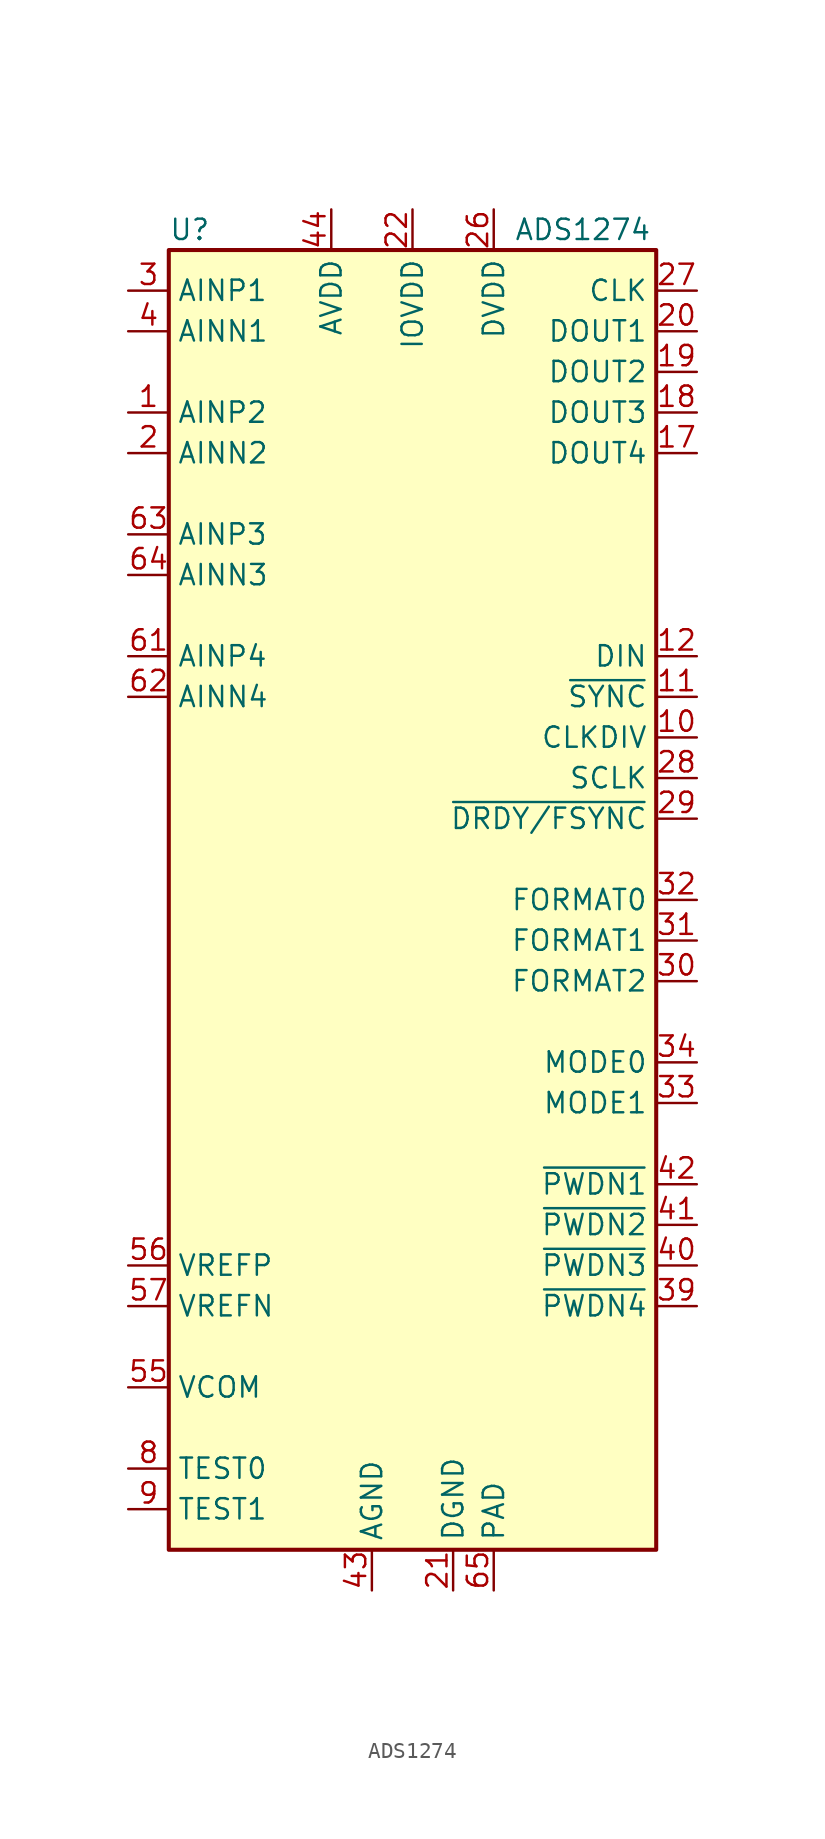
<source format=kicad_sym>
(kicad_symbol_lib
  (version 20241209)
  (generator "kicad_symbol_editor")
  (generator_version "9.0")
  (symbol "ADS1274"
    (property "Reference" "U"
      (at -15.24 41.91 0)
      (effects (font (size 1.27 1.27)) (justify left)))
    (property "Value" "ADS1274"
      (at 6.35 41.91 0)
      (effects (font (size 1.27 1.27)) (justify left)))
    (symbol "ADS1274_0_1"
      (rectangle (start -15.24 40.64) (end 15.24 -40.64) (stroke (width 0.254) (type default)) (fill (type background))))
    (symbol "ADS1274_1_1"
      (pin input line (at -17.78 38.1 0) (length 2.54) (name "AINP1" (effects (font (size 1.27 1.27)))) (number "3" (effects (font (size 1.27 1.27)))))
      (pin input line (at -17.78 35.56 0) (length 2.54) (name "AINN1" (effects (font (size 1.27 1.27)))) (number "4" (effects (font (size 1.27 1.27)))))
      (pin input line (at -17.78 30.48 0) (length 2.54) (name "AINP2" (effects (font (size 1.27 1.27)))) (number "1" (effects (font (size 1.27 1.27)))))
      (pin input line (at -17.78 27.94 0) (length 2.54) (name "AINN2" (effects (font (size 1.27 1.27)))) (number "2" (effects (font (size 1.27 1.27)))))
      (pin input line (at -17.78 22.86 0) (length 2.54) (name "AINP3" (effects (font (size 1.27 1.27)))) (number "63" (effects (font (size 1.27 1.27)))))
      (pin input line (at -17.78 20.32 0) (length 2.54) (name "AINN3" (effects (font (size 1.27 1.27)))) (number "64" (effects (font (size 1.27 1.27)))))
      (pin input line (at -17.78 15.24 0) (length 2.54) (name "AINP4" (effects (font (size 1.27 1.27)))) (number "61" (effects (font (size 1.27 1.27)))))
      (pin input line (at -17.78 12.7 0) (length 2.54) (name "AINN4" (effects (font (size 1.27 1.27)))) (number "62" (effects (font (size 1.27 1.27)))))
      (pin passive line (at -17.78 -22.86 0) (length 2.54) (name "VREFP" (effects (font (size 1.27 1.27)))) (number "56" (effects (font (size 1.27 1.27)))))
      (pin passive line (at -17.78 -25.4 0) (length 2.54) (name "VREFN" (effects (font (size 1.27 1.27)))) (number "57" (effects (font (size 1.27 1.27)))))
      (pin output line (at -17.78 -30.48 0) (length 2.54) (name "VCOM" (effects (font (size 1.27 1.27)))) (number "55" (effects (font (size 1.27 1.27)))))
      (pin input line (at -17.78 -35.56 0) (length 2.54) (name "TEST0" (effects (font (size 1.27 1.27)))) (number "8" (effects (font (size 1.27 1.27)))))
      (pin input line (at -17.78 -38.1 0) (length 2.54) (name "TEST1" (effects (font (size 1.27 1.27)))) (number "9" (effects (font (size 1.27 1.27)))))
      (pin no_connect line (at -15.24 7.62 0) (length 2.54) (hide yes) (name "AINP5" (effects (font (size 1.27 1.27)))) (number "51" (effects (font (size 1.27 1.27)))))
      (pin no_connect line (at -15.24 5.08 0) (length 2.54) (hide yes) (name "AINN5" (effects (font (size 1.27 1.27)))) (number "52" (effects (font (size 1.27 1.27)))))
      (pin no_connect line (at -15.24 0 0) (length 2.54) (hide yes) (name "AINP6" (effects (font (size 1.27 1.27)))) (number "49" (effects (font (size 1.27 1.27)))))
      (pin no_connect line (at -15.24 -2.54 0) (length 2.54) (hide yes) (name "AINN6" (effects (font (size 1.27 1.27)))) (number "50" (effects (font (size 1.27 1.27)))))
      (pin no_connect line (at -15.24 -7.62 0) (length 2.54) (hide yes) (name "AINP7" (effects (font (size 1.27 1.27)))) (number "47" (effects (font (size 1.27 1.27)))))
      (pin no_connect line (at -15.24 -10.16 0) (length 2.54) (hide yes) (name "AINN7" (effects (font (size 1.27 1.27)))) (number "48" (effects (font (size 1.27 1.27)))))
      (pin no_connect line (at -15.24 -15.24 0) (length 2.54) (hide yes) (name "AINP8" (effects (font (size 1.27 1.27)))) (number "45" (effects (font (size 1.27 1.27)))))
      (pin no_connect line (at -15.24 -17.78 0) (length 2.54) (hide yes) (name "AINN8" (effects (font (size 1.27 1.27)))) (number "46" (effects (font (size 1.27 1.27)))))
      (pin power_in line (at -5.08 43.18 270) (length 2.54) (name "AVDD" (effects (font (size 1.27 1.27)))) (number "44" (effects (font (size 1.27 1.27)))))
      (pin passive line (at -5.08 43.18 270) (length 2.54) (hide yes) (name "AVDD" (effects (font (size 1.27 1.27)))) (number "5" (effects (font (size 1.27 1.27)))))
      (pin passive line (at -5.08 43.18 270) (length 2.54) (hide yes) (name "AVDD" (effects (font (size 1.27 1.27)))) (number "53" (effects (font (size 1.27 1.27)))))
      (pin passive line (at -5.08 43.18 270) (length 2.54) (hide yes) (name "AVDD" (effects (font (size 1.27 1.27)))) (number "60" (effects (font (size 1.27 1.27)))))
      (pin power_in line (at -2.54 -43.18 90) (length 2.54) (name "AGND" (effects (font (size 1.27 1.27)))) (number "43" (effects (font (size 1.27 1.27)))))
      (pin passive line (at -2.54 -43.18 90) (length 2.54) (hide yes) (name "AGND" (effects (font (size 1.27 1.27)))) (number "54" (effects (font (size 1.27 1.27)))))
      (pin passive line (at -2.54 -43.18 90) (length 2.54) (hide yes) (name "AGND" (effects (font (size 1.27 1.27)))) (number "58" (effects (font (size 1.27 1.27)))))
      (pin passive line (at -2.54 -43.18 90) (length 2.54) (hide yes) (name "AGND" (effects (font (size 1.27 1.27)))) (number "59" (effects (font (size 1.27 1.27)))))
      (pin passive line (at -2.54 -43.18 90) (length 2.54) (hide yes) (name "AGND" (effects (font (size 1.27 1.27)))) (number "6" (effects (font (size 1.27 1.27)))))
      (pin power_in line (at 0 43.18 270) (length 2.54) (name "IOVDD" (effects (font (size 1.27 1.27)))) (number "22" (effects (font (size 1.27 1.27)))))
      (pin passive line (at 0 43.18 270) (length 2.54) (hide yes) (name "IOVDD" (effects (font (size 1.27 1.27)))) (number "23" (effects (font (size 1.27 1.27)))))
      (pin power_in line (at 2.54 -43.18 90) (length 2.54) (name "DGND" (effects (font (size 1.27 1.27)))) (number "21" (effects (font (size 1.27 1.27)))))
      (pin passive line (at 2.54 -43.18 90) (length 2.54) (hide yes) (name "DGND" (effects (font (size 1.27 1.27)))) (number "24" (effects (font (size 1.27 1.27)))))
      (pin passive line (at 2.54 -43.18 90) (length 2.54) (hide yes) (name "DGND" (effects (font (size 1.27 1.27)))) (number "25" (effects (font (size 1.27 1.27)))))
      (pin passive line (at 2.54 -43.18 90) (length 2.54) (hide yes) (name "GND" (effects (font (size 1.27 1.27)))) (number "35" (effects (font (size 1.27 1.27)))))
      (pin passive line (at 2.54 -43.18 90) (length 2.54) (hide yes) (name "GND" (effects (font (size 1.27 1.27)))) (number "36" (effects (font (size 1.27 1.27)))))
      (pin passive line (at 2.54 -43.18 90) (length 2.54) (hide yes) (name "GND" (effects (font (size 1.27 1.27)))) (number "37" (effects (font (size 1.27 1.27)))))
      (pin passive line (at 2.54 -43.18 90) (length 2.54) (hide yes) (name "GND" (effects (font (size 1.27 1.27)))) (number "38" (effects (font (size 1.27 1.27)))))
      (pin passive line (at 2.54 -43.18 90) (length 2.54) (hide yes) (name "DGND" (effects (font (size 1.27 1.27)))) (number "7" (effects (font (size 1.27 1.27)))))
      (pin power_in line (at 5.08 43.18 270) (length 2.54) (name "DVDD" (effects (font (size 1.27 1.27)))) (number "26" (effects (font (size 1.27 1.27)))))
      (pin passive line (at 5.08 -43.18 90) (length 2.54) (name "PAD" (effects (font (size 1.27 1.27)))) (number "65" (effects (font (size 1.27 1.27)))))
      (pin no_connect line (at 15.24 25.4 180) (length 2.54) (hide yes) (name "DOUT5" (effects (font (size 1.27 1.27)))) (number "16" (effects (font (size 1.27 1.27)))))
      (pin no_connect line (at 15.24 22.86 180) (length 2.54) (hide yes) (name "DOUT6" (effects (font (size 1.27 1.27)))) (number "15" (effects (font (size 1.27 1.27)))))
      (pin no_connect line (at 15.24 20.32 180) (length 2.54) (hide yes) (name "DOUT7" (effects (font (size 1.27 1.27)))) (number "14" (effects (font (size 1.27 1.27)))))
      (pin no_connect line (at 15.24 17.78 180) (length 2.54) (hide yes) (name "DOUT8" (effects (font (size 1.27 1.27)))) (number "13" (effects (font (size 1.27 1.27)))))
      (pin input line (at 17.78 38.1 180) (length 2.54) (name "CLK" (effects (font (size 1.27 1.27)))) (number "27" (effects (font (size 1.27 1.27)))))
      (pin output line (at 17.78 35.56 180) (length 2.54) (name "DOUT1" (effects (font (size 1.27 1.27)))) (number "20" (effects (font (size 1.27 1.27)))))
      (pin output line (at 17.78 33.02 180) (length 2.54) (name "DOUT2" (effects (font (size 1.27 1.27)))) (number "19" (effects (font (size 1.27 1.27)))))
      (pin output line (at 17.78 30.48 180) (length 2.54) (name "DOUT3" (effects (font (size 1.27 1.27)))) (number "18" (effects (font (size 1.27 1.27)))))
      (pin output line (at 17.78 27.94 180) (length 2.54) (name "DOUT4" (effects (font (size 1.27 1.27)))) (number "17" (effects (font (size 1.27 1.27)))))
      (pin bidirectional line (at 17.78 15.24 180) (length 2.54) (name "DIN" (effects (font (size 1.27 1.27)))) (number "12" (effects (font (size 1.27 1.27)))))
      (pin bidirectional line (at 17.78 12.7 180) (length 2.54) (name "~{SYNC}" (effects (font (size 1.27 1.27)))) (number "11" (effects (font (size 1.27 1.27)))))
      (pin bidirectional line (at 17.78 10.16 180) (length 2.54) (name "CLKDIV" (effects (font (size 1.27 1.27)))) (number "10" (effects (font (size 1.27 1.27)))))
      (pin bidirectional line (at 17.78 7.62 180) (length 2.54) (name "SCLK" (effects (font (size 1.27 1.27)))) (number "28" (effects (font (size 1.27 1.27)))))
      (pin bidirectional line (at 17.78 5.08 180) (length 2.54) (name "~{DRDY/FSYNC}" (effects (font (size 1.27 1.27)))) (number "29" (effects (font (size 1.27 1.27)))))
      (pin input line (at 17.78 0 180) (length 2.54) (name "FORMAT0" (effects (font (size 1.27 1.27)))) (number "32" (effects (font (size 1.27 1.27)))))
      (pin input line (at 17.78 -2.54 180) (length 2.54) (name "FORMAT1" (effects (font (size 1.27 1.27)))) (number "31" (effects (font (size 1.27 1.27)))))
      (pin input line (at 17.78 -5.08 180) (length 2.54) (name "FORMAT2" (effects (font (size 1.27 1.27)))) (number "30" (effects (font (size 1.27 1.27)))))
      (pin input line (at 17.78 -10.16 180) (length 2.54) (name "MODE0" (effects (font (size 1.27 1.27)))) (number "34" (effects (font (size 1.27 1.27)))))
      (pin input line (at 17.78 -12.7 180) (length 2.54) (name "MODE1" (effects (font (size 1.27 1.27)))) (number "33" (effects (font (size 1.27 1.27)))))
      (pin input line (at 17.78 -17.78 180) (length 2.54) (name "~{PWDN1}" (effects (font (size 1.27 1.27)))) (number "42" (effects (font (size 1.27 1.27)))))
      (pin input line (at 17.78 -20.32 180) (length 2.54) (name "~{PWDN2}" (effects (font (size 1.27 1.27)))) (number "41" (effects (font (size 1.27 1.27)))))
      (pin input line (at 17.78 -22.86 180) (length 2.54) (name "~{PWDN3}" (effects (font (size 1.27 1.27)))) (number "40" (effects (font (size 1.27 1.27)))))
      (pin input line (at 17.78 -25.4 180) (length 2.54) (name "~{PWDN4}" (effects (font (size 1.27 1.27)))) (number "39" (effects (font (size 1.27 1.27))))))))
</source>
